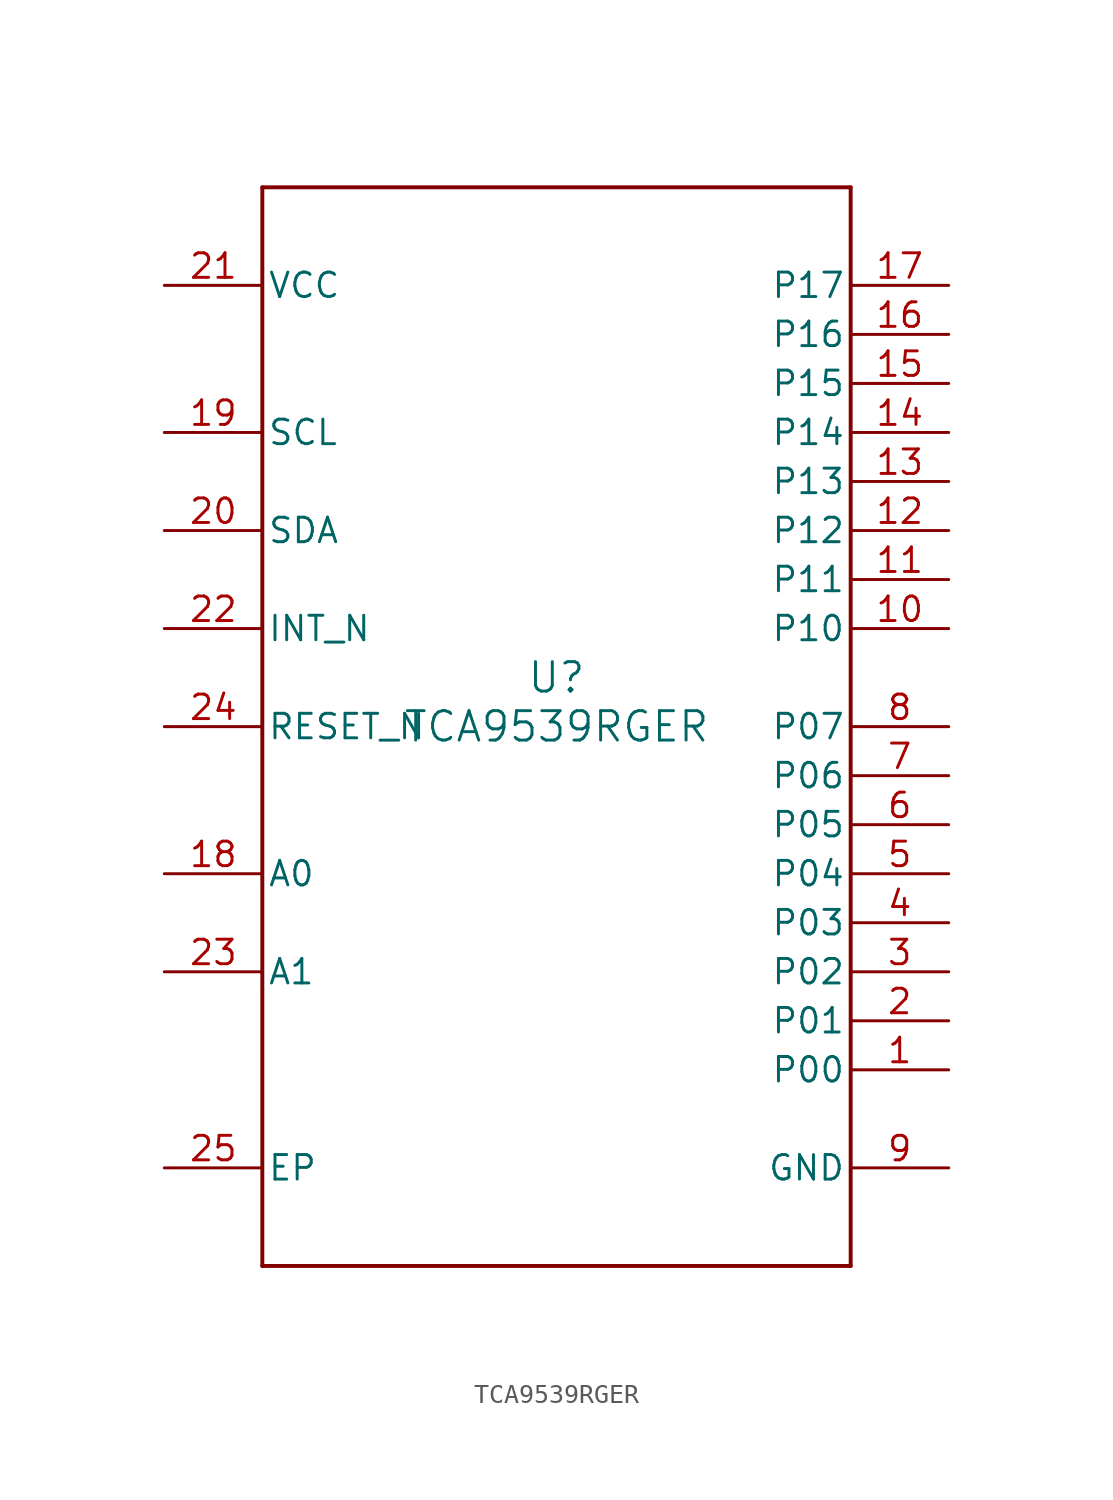
<source format=kicad_sym>
(kicad_symbol_lib
  (version 20211014)
  (generator kicad_symbol_editor)
  (symbol "TCA9539RGER"
    (pin_names
      (offset 0.254))
    (property "Reference" "U"
      (at 0 2.54 0)
      (effects (font (size 1.524 1.524))))
    (property "Value" "TCA9539RGER"
      (at 0 0 0)
      (effects (font (size 1.524 1.524))))
    (symbol "TCA9539RGER_0_1"
      (polyline (pts (xy -15.24 -27.94) (xy 15.24 -27.94)) (stroke (width 0.203) (type default) (color 0 0 0 0)) (fill (type none)))
      (polyline (pts (xy 15.24 -27.94) (xy 15.24 27.94)) (stroke (width 0.203) (type default) (color 0 0 0 0)) (fill (type none)))
      (polyline (pts (xy 15.24 27.94) (xy -15.24 27.94)) (stroke (width 0.203) (type default) (color 0 0 0 0)) (fill (type none)))
      (polyline (pts (xy -15.24 27.94) (xy -15.24 -27.94)) (stroke (width 0.203) (type default) (color 0 0 0 0)) (fill (type none)))
      (pin bidirectional line (at 20.32 -17.78 180) (length 5.08) (name "P00" (effects (font (size 1.27 1.27)))) (number "1" (effects (font (size 1.27 1.27)))))
      (pin bidirectional line (at 20.32 -15.24 180) (length 5.08) (name "P01" (effects (font (size 1.27 1.27)))) (number "2" (effects (font (size 1.27 1.27)))))
      (pin bidirectional line (at 20.32 -12.7 180) (length 5.08) (name "P02" (effects (font (size 1.27 1.27)))) (number "3" (effects (font (size 1.27 1.27)))))
      (pin bidirectional line (at 20.32 -10.16 180) (length 5.08) (name "P03" (effects (font (size 1.27 1.27)))) (number "4" (effects (font (size 1.27 1.27)))))
      (pin bidirectional line (at 20.32 -7.62 180) (length 5.08) (name "P04" (effects (font (size 1.27 1.27)))) (number "5" (effects (font (size 1.27 1.27)))))
      (pin bidirectional line (at 20.32 -5.08 180) (length 5.08) (name "P05" (effects (font (size 1.27 1.27)))) (number "6" (effects (font (size 1.27 1.27)))))
      (pin bidirectional line (at 20.32 -2.54 180) (length 5.08) (name "P06" (effects (font (size 1.27 1.27)))) (number "7" (effects (font (size 1.27 1.27)))))
      (pin bidirectional line (at 20.32 0 180) (length 5.08) (name "P07" (effects (font (size 1.27 1.27)))) (number "8" (effects (font (size 1.27 1.27)))))
      (pin power_in line (at 20.32 -22.86 180) (length 5.08) (name "GND" (effects (font (size 1.27 1.27)))) (number "9" (effects (font (size 1.27 1.27)))))
      (pin bidirectional line (at 20.32 5.08 180) (length 5.08) (name "P10" (effects (font (size 1.27 1.27)))) (number "10" (effects (font (size 1.27 1.27)))))
      (pin bidirectional line (at 20.32 7.62 180) (length 5.08) (name "P11" (effects (font (size 1.27 1.27)))) (number "11" (effects (font (size 1.27 1.27)))))
      (pin bidirectional line (at 20.32 10.16 180) (length 5.08) (name "P12" (effects (font (size 1.27 1.27)))) (number "12" (effects (font (size 1.27 1.27)))))
      (pin bidirectional line (at 20.32 12.7 180) (length 5.08) (name "P13" (effects (font (size 1.27 1.27)))) (number "13" (effects (font (size 1.27 1.27)))))
      (pin bidirectional line (at 20.32 15.24 180) (length 5.08) (name "P14" (effects (font (size 1.27 1.27)))) (number "14" (effects (font (size 1.27 1.27)))))
      (pin bidirectional line (at 20.32 17.78 180) (length 5.08) (name "P15" (effects (font (size 1.27 1.27)))) (number "15" (effects (font (size 1.27 1.27)))))
      (pin bidirectional line (at 20.32 20.32 180) (length 5.08) (name "P16" (effects (font (size 1.27 1.27)))) (number "16" (effects (font (size 1.27 1.27)))))
      (pin bidirectional line (at 20.32 22.86 180) (length 5.08) (name "P17" (effects (font (size 1.27 1.27)))) (number "17" (effects (font (size 1.27 1.27)))))
      (pin input line (at -20.32 -7.62 0) (length 5.08) (name "A0" (effects (font (size 1.27 1.27)))) (number "18" (effects (font (size 1.27 1.27)))))
      (pin input line (at -20.32 15.24 0) (length 5.08) (name "SCL" (effects (font (size 1.27 1.27)))) (number "19" (effects (font (size 1.27 1.27)))))
      (pin bidirectional line (at -20.32 10.16 0) (length 5.08) (name "SDA" (effects (font (size 1.27 1.27)))) (number "20" (effects (font (size 1.27 1.27)))))
      (pin power_in line (at -20.32 22.86 0) (length 5.08) (name "VCC" (effects (font (size 1.27 1.27)))) (number "21" (effects (font (size 1.27 1.27)))))
      (pin open_collector line (at -20.32 5.08 0) (length 5.08) (name "INT_N" (effects (font (size 1.27 1.27)))) (number "22" (effects (font (size 1.27 1.27)))))
      (pin input line (at -20.32 -12.7 0) (length 5.08) (name "A1" (effects (font (size 1.27 1.27)))) (number "23" (effects (font (size 1.27 1.27)))))
      (pin input line (at -20.32 0 0) (length 5.08) (name "RESET_N" (effects (font (size 1.27 1.27)))) (number "24" (effects (font (size 1.27 1.27)))))
      (pin unspecified line (at -20.32 -22.86 0) (length 5.08) (name "EP" (effects (font (size 1.27 1.27)))) (number "25" (effects (font (size 1.27 1.27))))))))
</source>
